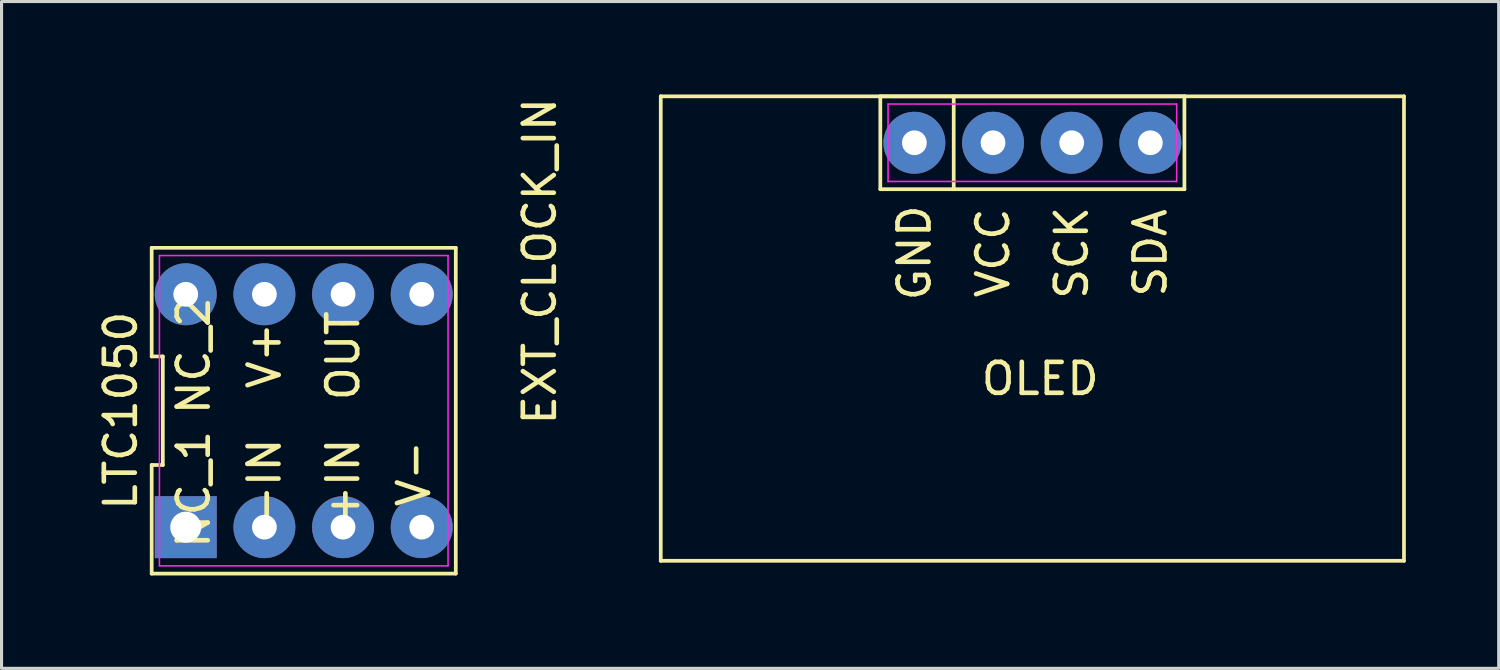
<source format=kicad_pcb>
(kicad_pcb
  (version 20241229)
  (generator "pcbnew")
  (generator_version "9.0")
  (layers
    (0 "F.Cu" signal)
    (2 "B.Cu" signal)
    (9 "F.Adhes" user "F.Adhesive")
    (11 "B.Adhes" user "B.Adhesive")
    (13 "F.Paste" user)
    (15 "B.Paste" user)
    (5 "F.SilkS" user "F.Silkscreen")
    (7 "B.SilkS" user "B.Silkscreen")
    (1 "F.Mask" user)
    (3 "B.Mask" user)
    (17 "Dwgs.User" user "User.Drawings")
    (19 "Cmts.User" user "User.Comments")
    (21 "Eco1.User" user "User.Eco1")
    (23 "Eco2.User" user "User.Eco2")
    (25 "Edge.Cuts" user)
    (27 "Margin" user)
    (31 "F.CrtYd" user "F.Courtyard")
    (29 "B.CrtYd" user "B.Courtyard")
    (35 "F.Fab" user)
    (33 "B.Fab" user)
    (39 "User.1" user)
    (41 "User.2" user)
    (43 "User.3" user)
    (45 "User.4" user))
  (footprint "LTC1050"
    (layer "F.Cu")
    (at 6.758 10.213)
    (property "Reference" "LTC1050" (at -5.91 0 90) (layer "F.SilkS") (effects (font (size 1 1) (thickness 0.15))))
    (attr through_hole)
    (fp_line (start -4.91 -5.26) (end -4.91 -1.753) (stroke (width 0.12) (type solid)) (layer "F.SilkS"))
    (fp_line (start -4.91 -1.753) (end -4.55 -1.753) (stroke (width 0.12) (type solid)) (layer "F.SilkS"))
    (fp_line (start -4.91 1.753) (end -4.91 5.26) (stroke (width 0.12) (type solid)) (layer "F.SilkS"))
    (fp_line (start -4.91 5.26) (end 4.91 5.26) (stroke (width 0.12) (type solid)) (layer "F.SilkS"))
    (fp_line (start -4.55 -1.753) (end -4.55 1.753) (stroke (width 0.12) (type solid)) (layer "F.SilkS"))
    (fp_line (start -4.55 1.753) (end -4.91 1.753) (stroke (width 0.12) (type solid)) (layer "F.SilkS"))
    (fp_line (start 4.91 -5.26) (end -4.91 -5.26) (stroke (width 0.12) (type solid)) (layer "F.SilkS"))
    (fp_line (start 4.91 5.26) (end 4.91 -5.26) (stroke (width 0.12) (type solid)) (layer "F.SilkS"))
    (fp_line (start -4.66 -5.01) (end 4.66 -5.01) (stroke (width 0.05) (type solid)) (layer "F.CrtYd"))
    (fp_line (start -4.66 5.01) (end -4.66 -5.01) (stroke (width 0.05) (type solid)) (layer "F.CrtYd"))
    (fp_line (start 4.66 -5.01) (end 4.66 5.01) (stroke (width 0.05) (type solid)) (layer "F.CrtYd"))
    (fp_line (start 4.66 5.01) (end -4.66 5.01) (stroke (width 0.05) (type solid)) (layer "F.CrtYd"))
    (fp_text user "NC_1" (at -3.556 2.54 90) (layer "F.SilkS") (effects (font (size 1 1) (thickness 0.15))))
    (fp_text user "+IN" (at 1.27 2.286 90) (layer "F.SilkS") (effects (font (size 1 1) (thickness 0.15))))
    (fp_text user "EXT_CLOCK_IN" (at 7.62 -4.826 90) (layer "F.SilkS") (effects (font (size 1 1) (thickness 0.15))))
    (fp_text user "V+" (at -1.27 -1.778 90) (layer "F.SilkS") (effects (font (size 1 1) (thickness 0.15))))
    (fp_text user "NC_2" (at -3.556 -1.778 90) (layer "F.SilkS") (effects (font (size 1 1) (thickness 0.15))))
    (fp_text user "V-" (at 3.556 2.032 90) (layer "F.SilkS") (effects (font (size 1 1) (thickness 0.15))))
    (fp_text user "OUT" (at 1.27 -1.778 90) (layer "F.SilkS") (effects (font (size 1 1) (thickness 0.15))))
    (fp_text user "-IN" (at -1.27 2.286 90) (layer "F.SilkS") (effects (font (size 1 1) (thickness 0.15))))
    (pad "1" thru_hole rect (at -3.81 3.76) (size 2 2) (drill 1) (layers "*.Cu" "*.Mask"))
    (pad "2" thru_hole circle (at -1.27 3.76) (size 2 2) (drill 0.8) (layers "*.Cu" "*.Mask"))
    (pad "3" thru_hole circle (at 1.27 3.76) (size 2 2) (drill 0.8) (layers "*.Cu" "*.Mask"))
    (pad "4" thru_hole circle (at 3.81 3.76) (size 2 2) (drill 0.8) (layers "*.Cu" "*.Mask"))
    (pad "5" thru_hole circle (at 3.81 -3.76) (size 2 2) (drill 0.8) (layers "*.Cu" "*.Mask"))
    (pad "6" thru_hole circle (at 1.27 -3.76) (size 2 2) (drill 0.8) (layers "*.Cu" "*.Mask"))
    (pad "7" thru_hole circle (at -1.27 -3.76) (size 2 2) (drill 0.8) (layers "*.Cu" "*.Mask"))
    (pad "8" thru_hole circle (at -3.81 -3.76) (size 2 2) (drill 0.8) (layers "*.Cu" "*.Mask")))
  (footprint "OLED"
    (layer "F.Cu")
    (at 30.287 1.56)
    (property "Reference" "OLED" (at 0.254 7.62 0) (layer "F.SilkS") (effects (font (size 1 1) (thickness 0.15))))
    (attr through_hole)
    (fp_line (start -12 -1.5) (end -12 13.5) (stroke (width 0.12) (type solid)) (layer "F.SilkS"))
    (fp_line (start -12 -1.5) (end 12 -1.5) (stroke (width 0.12) (type solid)) (layer "F.SilkS"))
    (fp_line (start -12 13.5) (end 12 13.5) (stroke (width 0.12) (type solid)) (layer "F.SilkS"))
    (fp_line (start -4.91 -1.5) (end 4.91 -1.5) (stroke (width 0.12) (type solid)) (layer "F.SilkS"))
    (fp_line (start -4.91 1.5) (end -4.91 -1.5) (stroke (width 0.12) (type solid)) (layer "F.SilkS"))
    (fp_line (start -2.54 -1.5) (end -2.54 1.5) (stroke (width 0.12) (type solid)) (layer "F.SilkS"))
    (fp_line (start 4.91 -1.5) (end 4.91 1.5) (stroke (width 0.12) (type solid)) (layer "F.SilkS"))
    (fp_line (start 4.91 1.5) (end -4.91 1.5) (stroke (width 0.12) (type solid)) (layer "F.SilkS"))
    (fp_line (start 12 -1.5) (end 12 13.5) (stroke (width 0.12) (type solid)) (layer "F.SilkS"))
    (fp_line (start -4.66 -1.25) (end 4.66 -1.25) (stroke (width 0.05) (type solid)) (layer "F.CrtYd"))
    (fp_line (start -4.66 1.25) (end -4.66 -1.25) (stroke (width 0.05) (type solid)) (layer "F.CrtYd"))
    (fp_line (start 4.66 -1.25) (end 4.66 1.25) (stroke (width 0.05) (type solid)) (layer "F.CrtYd"))
    (fp_line (start 4.66 1.25) (end -4.66 1.25) (stroke (width 0.05) (type solid)) (layer "F.CrtYd"))
    (fp_text user "VCC" (at -1.27 3.556 90) (layer "F.SilkS") (effects (font (size 1 1) (thickness 0.15))))
    (fp_text user "GND" (at -3.81 3.556 90) (layer "F.SilkS") (effects (font (size 1 1) (thickness 0.15))))
    (fp_text user "SDA" (at 3.81 3.556 90) (layer "F.SilkS") (effects (font (size 1 1) (thickness 0.15))))
    (fp_text user "SCK" (at 1.27 3.556 90) (layer "F.SilkS") (effects (font (size 1 1) (thickness 0.15))))
    (pad "1" thru_hole circle (at -3.81 0) (size 2 2) (drill 0.8) (layers "*.Cu" "*.Mask"))
    (pad "2" thru_hole circle (at -1.27 0) (size 2 2) (drill 0.8) (layers "*.Cu" "*.Mask"))
    (pad "3" thru_hole circle (at 1.27 0) (size 2 2) (drill 0.8) (layers "*.Cu" "*.Mask"))
    (pad "4" thru_hole circle (at 3.81 0) (size 2 2) (drill 0.8) (layers "*.Cu" "*.Mask")))
  (gr_rect
    (start -3 -3)
    (end 45.346 18.533)
    (stroke (width 0.1) (type default))
    (fill no)
    (layer "Edge.Cuts")))
</source>
